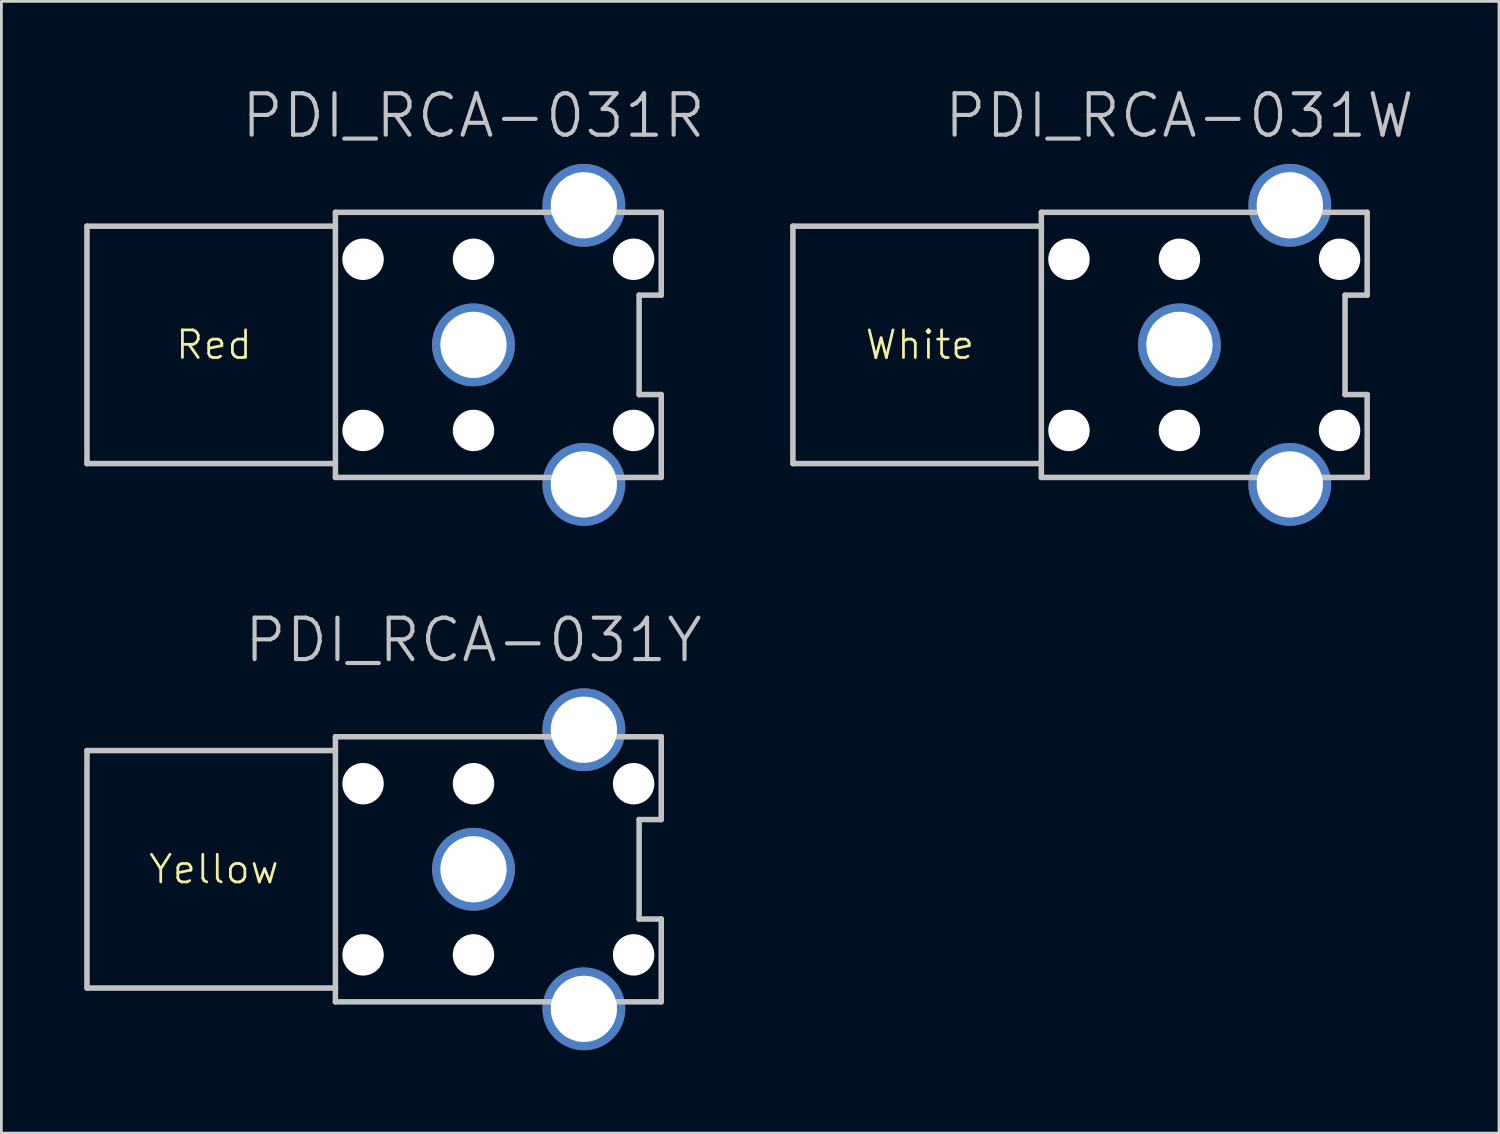
<source format=kicad_pcb>
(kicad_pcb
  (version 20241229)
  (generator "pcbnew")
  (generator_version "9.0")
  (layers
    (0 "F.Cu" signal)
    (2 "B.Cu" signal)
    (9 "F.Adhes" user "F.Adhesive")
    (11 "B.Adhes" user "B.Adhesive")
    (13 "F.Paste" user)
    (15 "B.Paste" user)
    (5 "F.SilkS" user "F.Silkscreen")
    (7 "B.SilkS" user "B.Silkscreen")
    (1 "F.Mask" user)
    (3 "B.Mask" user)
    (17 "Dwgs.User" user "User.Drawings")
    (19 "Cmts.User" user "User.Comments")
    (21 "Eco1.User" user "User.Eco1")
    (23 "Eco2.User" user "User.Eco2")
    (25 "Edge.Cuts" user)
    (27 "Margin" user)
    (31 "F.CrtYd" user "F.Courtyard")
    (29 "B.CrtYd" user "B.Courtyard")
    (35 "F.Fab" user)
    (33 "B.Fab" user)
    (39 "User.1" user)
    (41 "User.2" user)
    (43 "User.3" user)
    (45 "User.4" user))
  (footprint "PDI_RCA-031R"
    (layer "F.Cu")
    (at 14.1 9.441)
    (property "Reference" "PDI_RCA-031R" (at 0 -8.3 180) (layer "Dwgs.User") (effects (font (size 1.5 1.5) (thickness 0.15))))
    (attr through_hole)
    (fp_line (start -14 -4.3) (end -14 4.3) (stroke (width 0.2) (type solid)) (layer "Dwgs.User"))
    (fp_line (start -14 4.3) (end -5.001 4.3) (stroke (width 0.2) (type solid)) (layer "Dwgs.User"))
    (fp_line (start -5.001 -4.3) (end -14 -4.3) (stroke (width 0.2) (type solid)) (layer "Dwgs.User"))
    (fp_line (start -5.001 4.801) (end -5.001 -4.801) (stroke (width 0.2) (type solid)) (layer "Dwgs.User"))
    (fp_line (start -4.999 -4.801) (end 6.802 -4.801) (stroke (width 0.2) (type solid)) (layer "Dwgs.User"))
    (fp_line (start 3.099 -5.4) (end 4.9 -5.4) (stroke (width 0.2) (type solid)) (layer "Dwgs.User"))
    (fp_line (start 3.099 -4.801) (end 3.099 -5.4) (stroke (width 0.2) (type solid)) (layer "Dwgs.User"))
    (fp_line (start 3.099 5.4) (end 3.099 4.801) (stroke (width 0.2) (type solid)) (layer "Dwgs.User"))
    (fp_line (start 4.9 -5.4) (end 4.9 -4.801) (stroke (width 0.2) (type solid)) (layer "Dwgs.User"))
    (fp_line (start 4.9 4.801) (end 4.9 5.4) (stroke (width 0.2) (type solid)) (layer "Dwgs.User"))
    (fp_line (start 4.9 5.4) (end 3.099 5.4) (stroke (width 0.2) (type solid)) (layer "Dwgs.User"))
    (fp_line (start 5.999 -1.801) (end 5.999 1.801) (stroke (width 0.2) (type solid)) (layer "Dwgs.User"))
    (fp_line (start 5.999 1.801) (end 6.8 1.801) (stroke (width 0.2) (type solid)) (layer "Dwgs.User"))
    (fp_line (start 6.8 -4.801) (end 6.8 -1.801) (stroke (width 0.2) (type solid)) (layer "Dwgs.User"))
    (fp_line (start 6.8 -1.801) (end 5.999 -1.801) (stroke (width 0.2) (type solid)) (layer "Dwgs.User"))
    (fp_line (start 6.8 1.801) (end 6.8 4.801) (stroke (width 0.2) (type solid)) (layer "Dwgs.User"))
    (fp_line (start 6.8 4.801) (end -5.001 4.801) (stroke (width 0.2) (type solid)) (layer "Dwgs.User"))
    (fp_circle (center -4 -3.1) (end -3.949 -3.6) (stroke (width 0.2) (type solid)) (fill no) (layer "Dwgs.User"))
    (fp_circle (center -4 3.1) (end -3.949 2.6) (stroke (width 0.2) (type solid)) (fill no) (layer "Dwgs.User"))
    (fp_circle (center 0 -3.1) (end 0 -3.6) (stroke (width 0.2) (type solid)) (fill no) (layer "Dwgs.User"))
    (fp_circle (center 0 3.1) (end 0.051 2.6) (stroke (width 0.2) (type solid)) (fill no) (layer "Dwgs.User"))
    (fp_circle (center 5.8 -3.1) (end 5.851 -3.6) (stroke (width 0.2) (type solid)) (fill no) (layer "Dwgs.User"))
    (fp_circle (center 5.8 3.1) (end 5.851 2.6) (stroke (width 0.2) (type solid)) (fill no) (layer "Dwgs.User"))
    (fp_text user "Red" (at -9.4 0 0) (layer "F.SilkS") (effects (font (size 1 1) (thickness 0.1))))
    (pad "" np_thru_hole circle (at -4 -3.1 270) (size 1.5 1.5) (drill 1.5) (layers "*.Cu" "*.Mask"))
    (pad "" np_thru_hole circle (at -4 3.1 270) (size 1.5 1.5) (drill 1.5) (layers "*.Cu" "*.Mask"))
    (pad "" np_thru_hole circle (at 0 -3.1 270) (size 1.5 1.5) (drill 1.5) (layers "*.Cu" "*.Mask"))
    (pad "" np_thru_hole circle (at 0 3.1 270) (size 1.5 1.5) (drill 1.5) (layers "*.Cu" "*.Mask"))
    (pad "" np_thru_hole circle (at 5.8 -3.1 270) (size 1.5 1.5) (drill 1.5) (layers "*.Cu" "*.Mask"))
    (pad "" np_thru_hole circle (at 5.8 3.1 270) (size 1.5 1.5) (drill 1.5) (layers "*.Cu" "*.Mask"))
    (pad "1" thru_hole circle (at 0 0 270) (size 3 3) (drill 2.4) (layers "*.Cu" "*.Mask"))
    (pad "2" thru_hole circle (at 3.998 -5.055 270) (size 3 3) (drill 2.4) (layers "*.Cu" "*.Mask"))
    (pad "2" thru_hole circle (at 3.998 5.055 270) (size 3 3) (drill 2.4) (layers "*.Cu" "*.Mask")))
  (footprint "PDI_RCA-031Y"
    (layer "F.Cu")
    (at 14.1 28.436)
    (property "Reference" "PDI_RCA-031Y" (at 0 -8.3 180) (layer "Dwgs.User") (effects (font (size 1.5 1.5) (thickness 0.15))))
    (attr through_hole)
    (fp_line (start -14 -4.3) (end -14 4.3) (stroke (width 0.2) (type solid)) (layer "Dwgs.User"))
    (fp_line (start -14 4.3) (end -5.001 4.3) (stroke (width 0.2) (type solid)) (layer "Dwgs.User"))
    (fp_line (start -5.001 -4.3) (end -14 -4.3) (stroke (width 0.2) (type solid)) (layer "Dwgs.User"))
    (fp_line (start -5.001 4.801) (end -5.001 -4.801) (stroke (width 0.2) (type solid)) (layer "Dwgs.User"))
    (fp_line (start -4.999 -4.801) (end 6.802 -4.801) (stroke (width 0.2) (type solid)) (layer "Dwgs.User"))
    (fp_line (start 3.099 -5.4) (end 4.9 -5.4) (stroke (width 0.2) (type solid)) (layer "Dwgs.User"))
    (fp_line (start 3.099 -4.801) (end 3.099 -5.4) (stroke (width 0.2) (type solid)) (layer "Dwgs.User"))
    (fp_line (start 3.099 5.4) (end 3.099 4.801) (stroke (width 0.2) (type solid)) (layer "Dwgs.User"))
    (fp_line (start 4.9 -5.4) (end 4.9 -4.801) (stroke (width 0.2) (type solid)) (layer "Dwgs.User"))
    (fp_line (start 4.9 4.801) (end 4.9 5.4) (stroke (width 0.2) (type solid)) (layer "Dwgs.User"))
    (fp_line (start 4.9 5.4) (end 3.099 5.4) (stroke (width 0.2) (type solid)) (layer "Dwgs.User"))
    (fp_line (start 5.999 -1.801) (end 5.999 1.801) (stroke (width 0.2) (type solid)) (layer "Dwgs.User"))
    (fp_line (start 5.999 1.801) (end 6.8 1.801) (stroke (width 0.2) (type solid)) (layer "Dwgs.User"))
    (fp_line (start 6.8 -4.801) (end 6.8 -1.801) (stroke (width 0.2) (type solid)) (layer "Dwgs.User"))
    (fp_line (start 6.8 -1.801) (end 5.999 -1.801) (stroke (width 0.2) (type solid)) (layer "Dwgs.User"))
    (fp_line (start 6.8 1.801) (end 6.8 4.801) (stroke (width 0.2) (type solid)) (layer "Dwgs.User"))
    (fp_line (start 6.8 4.801) (end -5.001 4.801) (stroke (width 0.2) (type solid)) (layer "Dwgs.User"))
    (fp_circle (center -4 -3.1) (end -3.949 -3.6) (stroke (width 0.2) (type solid)) (fill no) (layer "Dwgs.User"))
    (fp_circle (center -4 3.1) (end -3.949 2.6) (stroke (width 0.2) (type solid)) (fill no) (layer "Dwgs.User"))
    (fp_circle (center 0 -3.1) (end 0 -3.6) (stroke (width 0.2) (type solid)) (fill no) (layer "Dwgs.User"))
    (fp_circle (center 0 3.1) (end 0.051 2.6) (stroke (width 0.2) (type solid)) (fill no) (layer "Dwgs.User"))
    (fp_circle (center 5.8 -3.1) (end 5.851 -3.6) (stroke (width 0.2) (type solid)) (fill no) (layer "Dwgs.User"))
    (fp_circle (center 5.8 3.1) (end 5.851 2.6) (stroke (width 0.2) (type solid)) (fill no) (layer "Dwgs.User"))
    (fp_text user "Yellow" (at -9.4 0 0) (layer "F.SilkS") (effects (font (size 1 1) (thickness 0.1))))
    (pad "" np_thru_hole circle (at -4 -3.1 270) (size 1.5 1.5) (drill 1.5) (layers "*.Cu" "*.Mask"))
    (pad "" np_thru_hole circle (at -4 3.1 270) (size 1.5 1.5) (drill 1.5) (layers "*.Cu" "*.Mask"))
    (pad "" np_thru_hole circle (at 0 -3.1 270) (size 1.5 1.5) (drill 1.5) (layers "*.Cu" "*.Mask"))
    (pad "" np_thru_hole circle (at 0 3.1 270) (size 1.5 1.5) (drill 1.5) (layers "*.Cu" "*.Mask"))
    (pad "" np_thru_hole circle (at 5.8 -3.1 270) (size 1.5 1.5) (drill 1.5) (layers "*.Cu" "*.Mask"))
    (pad "" np_thru_hole circle (at 5.8 3.1 270) (size 1.5 1.5) (drill 1.5) (layers "*.Cu" "*.Mask"))
    (pad "1" thru_hole circle (at 0 0 270) (size 3 3) (drill 2.4) (layers "*.Cu" "*.Mask"))
    (pad "2" thru_hole circle (at 3.998 -5.055 270) (size 3 3) (drill 2.4) (layers "*.Cu" "*.Mask"))
    (pad "2" thru_hole circle (at 3.998 5.055 270) (size 3 3) (drill 2.4) (layers "*.Cu" "*.Mask")))
  (footprint "PDI_RCA-031W"
    (layer "F.Cu")
    (at 39.669 9.441)
    (property "Reference" "PDI_RCA-031W" (at 0 -8.3 180) (layer "Dwgs.User") (effects (font (size 1.5 1.5) (thickness 0.15))))
    (attr through_hole)
    (fp_line (start -14 -4.3) (end -14 4.3) (stroke (width 0.2) (type solid)) (layer "Dwgs.User"))
    (fp_line (start -14 4.3) (end -5.001 4.3) (stroke (width 0.2) (type solid)) (layer "Dwgs.User"))
    (fp_line (start -5.001 -4.3) (end -14 -4.3) (stroke (width 0.2) (type solid)) (layer "Dwgs.User"))
    (fp_line (start -5.001 4.801) (end -5.001 -4.801) (stroke (width 0.2) (type solid)) (layer "Dwgs.User"))
    (fp_line (start -4.999 -4.801) (end 6.802 -4.801) (stroke (width 0.2) (type solid)) (layer "Dwgs.User"))
    (fp_line (start 3.099 -5.4) (end 4.9 -5.4) (stroke (width 0.2) (type solid)) (layer "Dwgs.User"))
    (fp_line (start 3.099 -4.801) (end 3.099 -5.4) (stroke (width 0.2) (type solid)) (layer "Dwgs.User"))
    (fp_line (start 3.099 5.4) (end 3.099 4.801) (stroke (width 0.2) (type solid)) (layer "Dwgs.User"))
    (fp_line (start 4.9 -5.4) (end 4.9 -4.801) (stroke (width 0.2) (type solid)) (layer "Dwgs.User"))
    (fp_line (start 4.9 4.801) (end 4.9 5.4) (stroke (width 0.2) (type solid)) (layer "Dwgs.User"))
    (fp_line (start 4.9 5.4) (end 3.099 5.4) (stroke (width 0.2) (type solid)) (layer "Dwgs.User"))
    (fp_line (start 5.999 -1.801) (end 5.999 1.801) (stroke (width 0.2) (type solid)) (layer "Dwgs.User"))
    (fp_line (start 5.999 1.801) (end 6.8 1.801) (stroke (width 0.2) (type solid)) (layer "Dwgs.User"))
    (fp_line (start 6.8 -4.801) (end 6.8 -1.801) (stroke (width 0.2) (type solid)) (layer "Dwgs.User"))
    (fp_line (start 6.8 -1.801) (end 5.999 -1.801) (stroke (width 0.2) (type solid)) (layer "Dwgs.User"))
    (fp_line (start 6.8 1.801) (end 6.8 4.801) (stroke (width 0.2) (type solid)) (layer "Dwgs.User"))
    (fp_line (start 6.8 4.801) (end -5.001 4.801) (stroke (width 0.2) (type solid)) (layer "Dwgs.User"))
    (fp_circle (center -4 -3.1) (end -3.949 -3.6) (stroke (width 0.2) (type solid)) (fill no) (layer "Dwgs.User"))
    (fp_circle (center -4 3.1) (end -3.949 2.6) (stroke (width 0.2) (type solid)) (fill no) (layer "Dwgs.User"))
    (fp_circle (center 0 -3.1) (end 0 -3.6) (stroke (width 0.2) (type solid)) (fill no) (layer "Dwgs.User"))
    (fp_circle (center 0 3.1) (end 0.051 2.6) (stroke (width 0.2) (type solid)) (fill no) (layer "Dwgs.User"))
    (fp_circle (center 5.8 -3.1) (end 5.851 -3.6) (stroke (width 0.2) (type solid)) (fill no) (layer "Dwgs.User"))
    (fp_circle (center 5.8 3.1) (end 5.851 2.6) (stroke (width 0.2) (type solid)) (fill no) (layer "Dwgs.User"))
    (fp_text user "White" (at -9.4 0 0) (layer "F.SilkS") (effects (font (size 1 1) (thickness 0.1))))
    (pad "" np_thru_hole circle (at -4 -3.1 270) (size 1.5 1.5) (drill 1.5) (layers "*.Cu" "*.Mask"))
    (pad "" np_thru_hole circle (at -4 3.1 270) (size 1.5 1.5) (drill 1.5) (layers "*.Cu" "*.Mask"))
    (pad "" np_thru_hole circle (at 0 -3.1 270) (size 1.5 1.5) (drill 1.5) (layers "*.Cu" "*.Mask"))
    (pad "" np_thru_hole circle (at 0 3.1 270) (size 1.5 1.5) (drill 1.5) (layers "*.Cu" "*.Mask"))
    (pad "" np_thru_hole circle (at 5.8 -3.1 270) (size 1.5 1.5) (drill 1.5) (layers "*.Cu" "*.Mask"))
    (pad "" np_thru_hole circle (at 5.8 3.1 270) (size 1.5 1.5) (drill 1.5) (layers "*.Cu" "*.Mask"))
    (pad "1" thru_hole circle (at 0 0 270) (size 3 3) (drill 2.4) (layers "*.Cu" "*.Mask"))
    (pad "2" thru_hole circle (at 3.998 -5.055 270) (size 3 3) (drill 2.4) (layers "*.Cu" "*.Mask"))
    (pad "2" thru_hole circle (at 3.998 5.055 270) (size 3 3) (drill 2.4) (layers "*.Cu" "*.Mask")))
  (gr_rect
    (start -3 -3)
    (end 51.244 37.991)
    (stroke (width 0.1) (type default))
    (fill no)
    (layer "Edge.Cuts")))
</source>
